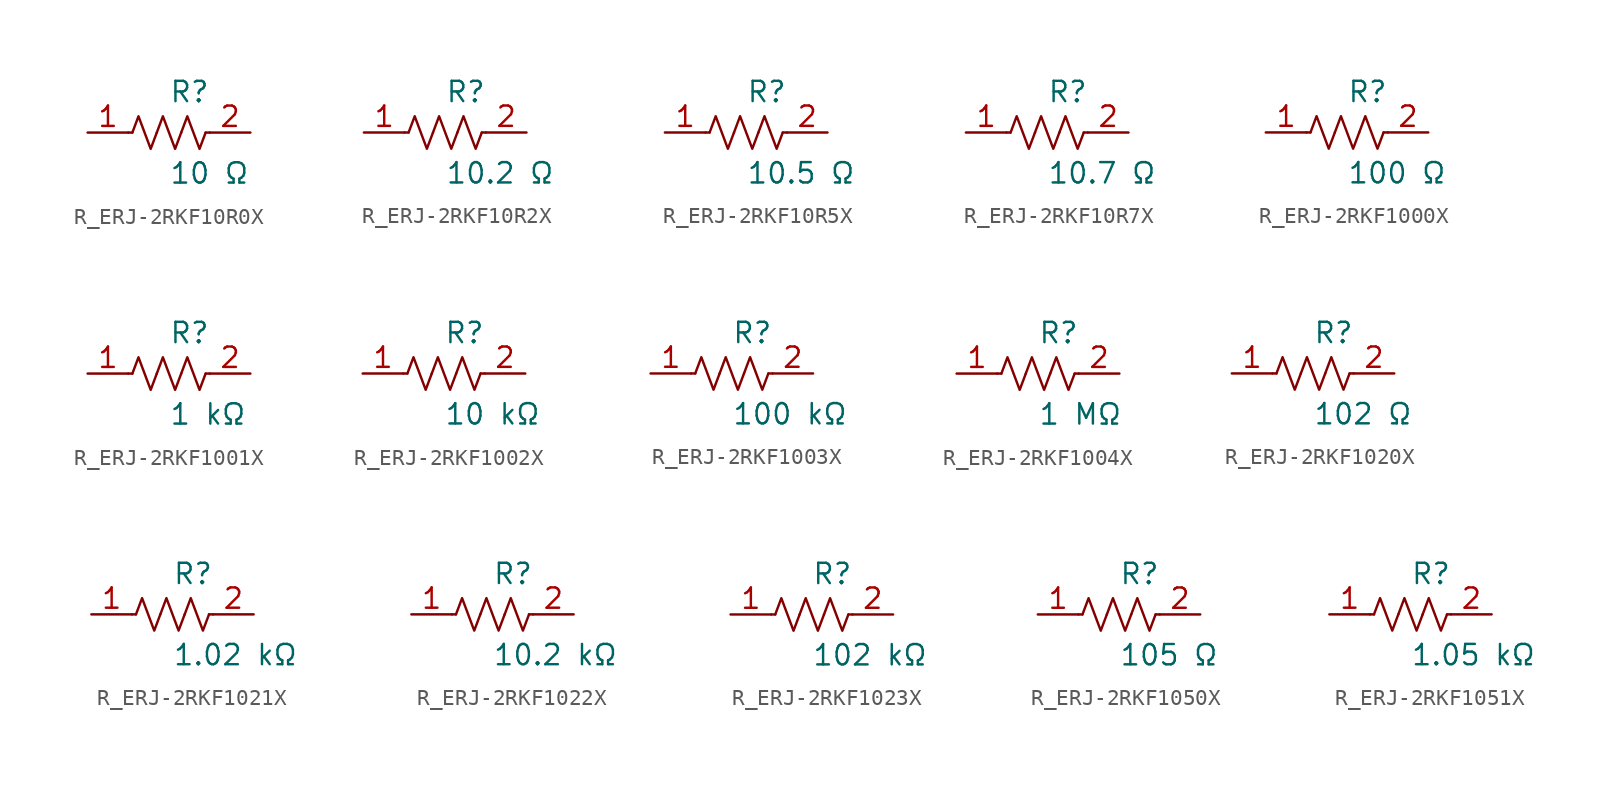
<source format=kicad_sym>
(kicad_symbol_lib
  (version 20231120)
  (generator kicad_symbol_editor)
  (generator_version 8.0)
  (symbol "R_ERJ-2RKF10R0X"
    (pin_names
      (offset 0.254))
    (property "Reference" "R"
      (at 0 2.54 0)
      (effects (font (size 1.27 1.27)) (justify left)))
    (property "Value" "10 Ω"
      (at 0 -2.54 0)
      (effects (font (size 1.27 1.27)) (justify left)))
    (symbol "R_ERJ-2RKF10R0X_0_1"
      (polyline (pts (xy 2.286 0) (xy 2.54 0)) (stroke (width 0) (type default)) (fill (type none)))
      (polyline (pts (xy -2.286 0) (xy -2.54 0)) (stroke (width 0) (type default)) (fill (type none)))
      (polyline (pts (xy 0.762 0) (xy 1.143 1.016) (xy 1.524 0) (xy 1.905 -1.016) (xy 2.286 0)) (stroke (width 0) (type default)) (fill (type none)))
      (polyline (pts (xy -0.762 0) (xy -0.381 1.016) (xy 0 0) (xy 0.381 -1.016) (xy 0.762 0)) (stroke (width 0) (type default)) (fill (type none)))
      (polyline (pts (xy -2.286 0) (xy -1.905 1.016) (xy -1.524 0) (xy -1.143 -1.016) (xy -0.762 0)) (stroke (width 0) (type default)) (fill (type none))))
    (pin passive line
      (at -5.08 0 0)
      (length 2.54)
      (name "" (effects (font (size 1.27 1.27))))
      (number "1" (effects (font (size 1.27 1.27)))))
    (pin passive line
      (at 5.08 0 180)
      (length 2.54)
      (name "" (effects (font (size 1.27 1.27))))
      (number "2" (effects (font (size 1.27 1.27))))))
  (symbol "R_ERJ-2RKF10R2X"
    (pin_names
      (offset 0.254))
    (property "Reference" "R"
      (at 0 2.54 0)
      (effects (font (size 1.27 1.27)) (justify left)))
    (property "Value" "10.2 Ω"
      (at 0 -2.54 0)
      (effects (font (size 1.27 1.27)) (justify left)))
    (symbol "R_ERJ-2RKF10R2X_0_1"
      (polyline (pts (xy 2.286 0) (xy 2.54 0)) (stroke (width 0) (type default)) (fill (type none)))
      (polyline (pts (xy -2.286 0) (xy -2.54 0)) (stroke (width 0) (type default)) (fill (type none)))
      (polyline (pts (xy 0.762 0) (xy 1.143 1.016) (xy 1.524 0) (xy 1.905 -1.016) (xy 2.286 0)) (stroke (width 0) (type default)) (fill (type none)))
      (polyline (pts (xy -0.762 0) (xy -0.381 1.016) (xy 0 0) (xy 0.381 -1.016) (xy 0.762 0)) (stroke (width 0) (type default)) (fill (type none)))
      (polyline (pts (xy -2.286 0) (xy -1.905 1.016) (xy -1.524 0) (xy -1.143 -1.016) (xy -0.762 0)) (stroke (width 0) (type default)) (fill (type none))))
    (pin passive line
      (at -5.08 0 0)
      (length 2.54)
      (name "" (effects (font (size 1.27 1.27))))
      (number "1" (effects (font (size 1.27 1.27)))))
    (pin passive line
      (at 5.08 0 180)
      (length 2.54)
      (name "" (effects (font (size 1.27 1.27))))
      (number "2" (effects (font (size 1.27 1.27))))))
  (symbol "R_ERJ-2RKF10R5X"
    (pin_names
      (offset 0.254))
    (property "Reference" "R"
      (at 0 2.54 0)
      (effects (font (size 1.27 1.27)) (justify left)))
    (property "Value" "10.5 Ω"
      (at 0 -2.54 0)
      (effects (font (size 1.27 1.27)) (justify left)))
    (symbol "R_ERJ-2RKF10R5X_0_1"
      (polyline (pts (xy 2.286 0) (xy 2.54 0)) (stroke (width 0) (type default)) (fill (type none)))
      (polyline (pts (xy -2.286 0) (xy -2.54 0)) (stroke (width 0) (type default)) (fill (type none)))
      (polyline (pts (xy 0.762 0) (xy 1.143 1.016) (xy 1.524 0) (xy 1.905 -1.016) (xy 2.286 0)) (stroke (width 0) (type default)) (fill (type none)))
      (polyline (pts (xy -0.762 0) (xy -0.381 1.016) (xy 0 0) (xy 0.381 -1.016) (xy 0.762 0)) (stroke (width 0) (type default)) (fill (type none)))
      (polyline (pts (xy -2.286 0) (xy -1.905 1.016) (xy -1.524 0) (xy -1.143 -1.016) (xy -0.762 0)) (stroke (width 0) (type default)) (fill (type none))))
    (pin passive line
      (at -5.08 0 0)
      (length 2.54)
      (name "" (effects (font (size 1.27 1.27))))
      (number "1" (effects (font (size 1.27 1.27)))))
    (pin passive line
      (at 5.08 0 180)
      (length 2.54)
      (name "" (effects (font (size 1.27 1.27))))
      (number "2" (effects (font (size 1.27 1.27))))))
  (symbol "R_ERJ-2RKF10R7X"
    (pin_names
      (offset 0.254))
    (property "Reference" "R"
      (at 0 2.54 0)
      (effects (font (size 1.27 1.27)) (justify left)))
    (property "Value" "10.7 Ω"
      (at 0 -2.54 0)
      (effects (font (size 1.27 1.27)) (justify left)))
    (symbol "R_ERJ-2RKF10R7X_0_1"
      (polyline (pts (xy 2.286 0) (xy 2.54 0)) (stroke (width 0) (type default)) (fill (type none)))
      (polyline (pts (xy -2.286 0) (xy -2.54 0)) (stroke (width 0) (type default)) (fill (type none)))
      (polyline (pts (xy 0.762 0) (xy 1.143 1.016) (xy 1.524 0) (xy 1.905 -1.016) (xy 2.286 0)) (stroke (width 0) (type default)) (fill (type none)))
      (polyline (pts (xy -0.762 0) (xy -0.381 1.016) (xy 0 0) (xy 0.381 -1.016) (xy 0.762 0)) (stroke (width 0) (type default)) (fill (type none)))
      (polyline (pts (xy -2.286 0) (xy -1.905 1.016) (xy -1.524 0) (xy -1.143 -1.016) (xy -0.762 0)) (stroke (width 0) (type default)) (fill (type none))))
    (pin passive line
      (at -5.08 0 0)
      (length 2.54)
      (name "" (effects (font (size 1.27 1.27))))
      (number "1" (effects (font (size 1.27 1.27)))))
    (pin passive line
      (at 5.08 0 180)
      (length 2.54)
      (name "" (effects (font (size 1.27 1.27))))
      (number "2" (effects (font (size 1.27 1.27))))))
  (symbol "R_ERJ-2RKF1000X"
    (pin_names
      (offset 0.254))
    (property "Reference" "R"
      (at 0 2.54 0)
      (effects (font (size 1.27 1.27)) (justify left)))
    (property "Value" "100 Ω"
      (at 0 -2.54 0)
      (effects (font (size 1.27 1.27)) (justify left)))
    (symbol "R_ERJ-2RKF1000X_0_1"
      (polyline (pts (xy 2.286 0) (xy 2.54 0)) (stroke (width 0) (type default)) (fill (type none)))
      (polyline (pts (xy -2.286 0) (xy -2.54 0)) (stroke (width 0) (type default)) (fill (type none)))
      (polyline (pts (xy 0.762 0) (xy 1.143 1.016) (xy 1.524 0) (xy 1.905 -1.016) (xy 2.286 0)) (stroke (width 0) (type default)) (fill (type none)))
      (polyline (pts (xy -0.762 0) (xy -0.381 1.016) (xy 0 0) (xy 0.381 -1.016) (xy 0.762 0)) (stroke (width 0) (type default)) (fill (type none)))
      (polyline (pts (xy -2.286 0) (xy -1.905 1.016) (xy -1.524 0) (xy -1.143 -1.016) (xy -0.762 0)) (stroke (width 0) (type default)) (fill (type none))))
    (pin passive line
      (at -5.08 0 0)
      (length 2.54)
      (name "" (effects (font (size 1.27 1.27))))
      (number "1" (effects (font (size 1.27 1.27)))))
    (pin passive line
      (at 5.08 0 180)
      (length 2.54)
      (name "" (effects (font (size 1.27 1.27))))
      (number "2" (effects (font (size 1.27 1.27))))))
  (symbol "R_ERJ-2RKF1001X"
    (pin_names
      (offset 0.254))
    (property "Reference" "R"
      (at 0 2.54 0)
      (effects (font (size 1.27 1.27)) (justify left)))
    (property "Value" "1 kΩ"
      (at 0 -2.54 0)
      (effects (font (size 1.27 1.27)) (justify left)))
    (symbol "R_ERJ-2RKF1001X_0_1"
      (polyline (pts (xy 2.286 0) (xy 2.54 0)) (stroke (width 0) (type default)) (fill (type none)))
      (polyline (pts (xy -2.286 0) (xy -2.54 0)) (stroke (width 0) (type default)) (fill (type none)))
      (polyline (pts (xy 0.762 0) (xy 1.143 1.016) (xy 1.524 0) (xy 1.905 -1.016) (xy 2.286 0)) (stroke (width 0) (type default)) (fill (type none)))
      (polyline (pts (xy -0.762 0) (xy -0.381 1.016) (xy 0 0) (xy 0.381 -1.016) (xy 0.762 0)) (stroke (width 0) (type default)) (fill (type none)))
      (polyline (pts (xy -2.286 0) (xy -1.905 1.016) (xy -1.524 0) (xy -1.143 -1.016) (xy -0.762 0)) (stroke (width 0) (type default)) (fill (type none))))
    (pin passive line
      (at -5.08 0 0)
      (length 2.54)
      (name "" (effects (font (size 1.27 1.27))))
      (number "1" (effects (font (size 1.27 1.27)))))
    (pin passive line
      (at 5.08 0 180)
      (length 2.54)
      (name "" (effects (font (size 1.27 1.27))))
      (number "2" (effects (font (size 1.27 1.27))))))
  (symbol "R_ERJ-2RKF1002X"
    (pin_names
      (offset 0.254))
    (property "Reference" "R"
      (at 0 2.54 0)
      (effects (font (size 1.27 1.27)) (justify left)))
    (property "Value" "10 kΩ"
      (at 0 -2.54 0)
      (effects (font (size 1.27 1.27)) (justify left)))
    (symbol "R_ERJ-2RKF1002X_0_1"
      (polyline (pts (xy 2.286 0) (xy 2.54 0)) (stroke (width 0) (type default)) (fill (type none)))
      (polyline (pts (xy -2.286 0) (xy -2.54 0)) (stroke (width 0) (type default)) (fill (type none)))
      (polyline (pts (xy 0.762 0) (xy 1.143 1.016) (xy 1.524 0) (xy 1.905 -1.016) (xy 2.286 0)) (stroke (width 0) (type default)) (fill (type none)))
      (polyline (pts (xy -0.762 0) (xy -0.381 1.016) (xy 0 0) (xy 0.381 -1.016) (xy 0.762 0)) (stroke (width 0) (type default)) (fill (type none)))
      (polyline (pts (xy -2.286 0) (xy -1.905 1.016) (xy -1.524 0) (xy -1.143 -1.016) (xy -0.762 0)) (stroke (width 0) (type default)) (fill (type none))))
    (pin passive line
      (at -5.08 0 0)
      (length 2.54)
      (name "" (effects (font (size 1.27 1.27))))
      (number "1" (effects (font (size 1.27 1.27)))))
    (pin passive line
      (at 5.08 0 180)
      (length 2.54)
      (name "" (effects (font (size 1.27 1.27))))
      (number "2" (effects (font (size 1.27 1.27))))))
  (symbol "R_ERJ-2RKF1003X"
    (pin_names
      (offset 0.254))
    (property "Reference" "R"
      (at 0 2.54 0)
      (effects (font (size 1.27 1.27)) (justify left)))
    (property "Value" "100 kΩ"
      (at 0 -2.54 0)
      (effects (font (size 1.27 1.27)) (justify left)))
    (symbol "R_ERJ-2RKF1003X_0_1"
      (polyline (pts (xy 2.286 0) (xy 2.54 0)) (stroke (width 0) (type default)) (fill (type none)))
      (polyline (pts (xy -2.286 0) (xy -2.54 0)) (stroke (width 0) (type default)) (fill (type none)))
      (polyline (pts (xy 0.762 0) (xy 1.143 1.016) (xy 1.524 0) (xy 1.905 -1.016) (xy 2.286 0)) (stroke (width 0) (type default)) (fill (type none)))
      (polyline (pts (xy -0.762 0) (xy -0.381 1.016) (xy 0 0) (xy 0.381 -1.016) (xy 0.762 0)) (stroke (width 0) (type default)) (fill (type none)))
      (polyline (pts (xy -2.286 0) (xy -1.905 1.016) (xy -1.524 0) (xy -1.143 -1.016) (xy -0.762 0)) (stroke (width 0) (type default)) (fill (type none))))
    (pin passive line
      (at -5.08 0 0)
      (length 2.54)
      (name "" (effects (font (size 1.27 1.27))))
      (number "1" (effects (font (size 1.27 1.27)))))
    (pin passive line
      (at 5.08 0 180)
      (length 2.54)
      (name "" (effects (font (size 1.27 1.27))))
      (number "2" (effects (font (size 1.27 1.27))))))
  (symbol "R_ERJ-2RKF1004X"
    (pin_names
      (offset 0.254))
    (property "Reference" "R"
      (at 0 2.54 0)
      (effects (font (size 1.27 1.27)) (justify left)))
    (property "Value" "1 MΩ"
      (at 0 -2.54 0)
      (effects (font (size 1.27 1.27)) (justify left)))
    (symbol "R_ERJ-2RKF1004X_0_1"
      (polyline (pts (xy 2.286 0) (xy 2.54 0)) (stroke (width 0) (type default)) (fill (type none)))
      (polyline (pts (xy -2.286 0) (xy -2.54 0)) (stroke (width 0) (type default)) (fill (type none)))
      (polyline (pts (xy 0.762 0) (xy 1.143 1.016) (xy 1.524 0) (xy 1.905 -1.016) (xy 2.286 0)) (stroke (width 0) (type default)) (fill (type none)))
      (polyline (pts (xy -0.762 0) (xy -0.381 1.016) (xy 0 0) (xy 0.381 -1.016) (xy 0.762 0)) (stroke (width 0) (type default)) (fill (type none)))
      (polyline (pts (xy -2.286 0) (xy -1.905 1.016) (xy -1.524 0) (xy -1.143 -1.016) (xy -0.762 0)) (stroke (width 0) (type default)) (fill (type none))))
    (pin passive line
      (at -5.08 0 0)
      (length 2.54)
      (name "" (effects (font (size 1.27 1.27))))
      (number "1" (effects (font (size 1.27 1.27)))))
    (pin passive line
      (at 5.08 0 180)
      (length 2.54)
      (name "" (effects (font (size 1.27 1.27))))
      (number "2" (effects (font (size 1.27 1.27))))))
  (symbol "R_ERJ-2RKF1020X"
    (pin_names
      (offset 0.254))
    (property "Reference" "R"
      (at 0 2.54 0)
      (effects (font (size 1.27 1.27)) (justify left)))
    (property "Value" "102 Ω"
      (at 0 -2.54 0)
      (effects (font (size 1.27 1.27)) (justify left)))
    (symbol "R_ERJ-2RKF1020X_0_1"
      (polyline (pts (xy 2.286 0) (xy 2.54 0)) (stroke (width 0) (type default)) (fill (type none)))
      (polyline (pts (xy -2.286 0) (xy -2.54 0)) (stroke (width 0) (type default)) (fill (type none)))
      (polyline (pts (xy 0.762 0) (xy 1.143 1.016) (xy 1.524 0) (xy 1.905 -1.016) (xy 2.286 0)) (stroke (width 0) (type default)) (fill (type none)))
      (polyline (pts (xy -0.762 0) (xy -0.381 1.016) (xy 0 0) (xy 0.381 -1.016) (xy 0.762 0)) (stroke (width 0) (type default)) (fill (type none)))
      (polyline (pts (xy -2.286 0) (xy -1.905 1.016) (xy -1.524 0) (xy -1.143 -1.016) (xy -0.762 0)) (stroke (width 0) (type default)) (fill (type none))))
    (pin passive line
      (at -5.08 0 0)
      (length 2.54)
      (name "" (effects (font (size 1.27 1.27))))
      (number "1" (effects (font (size 1.27 1.27)))))
    (pin passive line
      (at 5.08 0 180)
      (length 2.54)
      (name "" (effects (font (size 1.27 1.27))))
      (number "2" (effects (font (size 1.27 1.27))))))
  (symbol "R_ERJ-2RKF1021X"
    (pin_names
      (offset 0.254))
    (property "Reference" "R"
      (at 0 2.54 0)
      (effects (font (size 1.27 1.27)) (justify left)))
    (property "Value" "1.02 kΩ"
      (at 0 -2.54 0)
      (effects (font (size 1.27 1.27)) (justify left)))
    (symbol "R_ERJ-2RKF1021X_0_1"
      (polyline (pts (xy 2.286 0) (xy 2.54 0)) (stroke (width 0) (type default)) (fill (type none)))
      (polyline (pts (xy -2.286 0) (xy -2.54 0)) (stroke (width 0) (type default)) (fill (type none)))
      (polyline (pts (xy 0.762 0) (xy 1.143 1.016) (xy 1.524 0) (xy 1.905 -1.016) (xy 2.286 0)) (stroke (width 0) (type default)) (fill (type none)))
      (polyline (pts (xy -0.762 0) (xy -0.381 1.016) (xy 0 0) (xy 0.381 -1.016) (xy 0.762 0)) (stroke (width 0) (type default)) (fill (type none)))
      (polyline (pts (xy -2.286 0) (xy -1.905 1.016) (xy -1.524 0) (xy -1.143 -1.016) (xy -0.762 0)) (stroke (width 0) (type default)) (fill (type none))))
    (pin passive line
      (at -5.08 0 0)
      (length 2.54)
      (name "" (effects (font (size 1.27 1.27))))
      (number "1" (effects (font (size 1.27 1.27)))))
    (pin passive line
      (at 5.08 0 180)
      (length 2.54)
      (name "" (effects (font (size 1.27 1.27))))
      (number "2" (effects (font (size 1.27 1.27))))))
  (symbol "R_ERJ-2RKF1022X"
    (pin_names
      (offset 0.254))
    (property "Reference" "R"
      (at 0 2.54 0)
      (effects (font (size 1.27 1.27)) (justify left)))
    (property "Value" "10.2 kΩ"
      (at 0 -2.54 0)
      (effects (font (size 1.27 1.27)) (justify left)))
    (symbol "R_ERJ-2RKF1022X_0_1"
      (polyline (pts (xy 2.286 0) (xy 2.54 0)) (stroke (width 0) (type default)) (fill (type none)))
      (polyline (pts (xy -2.286 0) (xy -2.54 0)) (stroke (width 0) (type default)) (fill (type none)))
      (polyline (pts (xy 0.762 0) (xy 1.143 1.016) (xy 1.524 0) (xy 1.905 -1.016) (xy 2.286 0)) (stroke (width 0) (type default)) (fill (type none)))
      (polyline (pts (xy -0.762 0) (xy -0.381 1.016) (xy 0 0) (xy 0.381 -1.016) (xy 0.762 0)) (stroke (width 0) (type default)) (fill (type none)))
      (polyline (pts (xy -2.286 0) (xy -1.905 1.016) (xy -1.524 0) (xy -1.143 -1.016) (xy -0.762 0)) (stroke (width 0) (type default)) (fill (type none))))
    (pin passive line
      (at -5.08 0 0)
      (length 2.54)
      (name "" (effects (font (size 1.27 1.27))))
      (number "1" (effects (font (size 1.27 1.27)))))
    (pin passive line
      (at 5.08 0 180)
      (length 2.54)
      (name "" (effects (font (size 1.27 1.27))))
      (number "2" (effects (font (size 1.27 1.27))))))
  (symbol "R_ERJ-2RKF1023X"
    (pin_names
      (offset 0.254))
    (property "Reference" "R"
      (at 0 2.54 0)
      (effects (font (size 1.27 1.27)) (justify left)))
    (property "Value" "102 kΩ"
      (at 0 -2.54 0)
      (effects (font (size 1.27 1.27)) (justify left)))
    (symbol "R_ERJ-2RKF1023X_0_1"
      (polyline (pts (xy 2.286 0) (xy 2.54 0)) (stroke (width 0) (type default)) (fill (type none)))
      (polyline (pts (xy -2.286 0) (xy -2.54 0)) (stroke (width 0) (type default)) (fill (type none)))
      (polyline (pts (xy 0.762 0) (xy 1.143 1.016) (xy 1.524 0) (xy 1.905 -1.016) (xy 2.286 0)) (stroke (width 0) (type default)) (fill (type none)))
      (polyline (pts (xy -0.762 0) (xy -0.381 1.016) (xy 0 0) (xy 0.381 -1.016) (xy 0.762 0)) (stroke (width 0) (type default)) (fill (type none)))
      (polyline (pts (xy -2.286 0) (xy -1.905 1.016) (xy -1.524 0) (xy -1.143 -1.016) (xy -0.762 0)) (stroke (width 0) (type default)) (fill (type none))))
    (pin passive line
      (at -5.08 0 0)
      (length 2.54)
      (name "" (effects (font (size 1.27 1.27))))
      (number "1" (effects (font (size 1.27 1.27)))))
    (pin passive line
      (at 5.08 0 180)
      (length 2.54)
      (name "" (effects (font (size 1.27 1.27))))
      (number "2" (effects (font (size 1.27 1.27))))))
  (symbol "R_ERJ-2RKF1050X"
    (pin_names
      (offset 0.254))
    (property "Reference" "R"
      (at 0 2.54 0)
      (effects (font (size 1.27 1.27)) (justify left)))
    (property "Value" "105 Ω"
      (at 0 -2.54 0)
      (effects (font (size 1.27 1.27)) (justify left)))
    (symbol "R_ERJ-2RKF1050X_0_1"
      (polyline (pts (xy 2.286 0) (xy 2.54 0)) (stroke (width 0) (type default)) (fill (type none)))
      (polyline (pts (xy -2.286 0) (xy -2.54 0)) (stroke (width 0) (type default)) (fill (type none)))
      (polyline (pts (xy 0.762 0) (xy 1.143 1.016) (xy 1.524 0) (xy 1.905 -1.016) (xy 2.286 0)) (stroke (width 0) (type default)) (fill (type none)))
      (polyline (pts (xy -0.762 0) (xy -0.381 1.016) (xy 0 0) (xy 0.381 -1.016) (xy 0.762 0)) (stroke (width 0) (type default)) (fill (type none)))
      (polyline (pts (xy -2.286 0) (xy -1.905 1.016) (xy -1.524 0) (xy -1.143 -1.016) (xy -0.762 0)) (stroke (width 0) (type default)) (fill (type none))))
    (pin passive line
      (at -5.08 0 0)
      (length 2.54)
      (name "" (effects (font (size 1.27 1.27))))
      (number "1" (effects (font (size 1.27 1.27)))))
    (pin passive line
      (at 5.08 0 180)
      (length 2.54)
      (name "" (effects (font (size 1.27 1.27))))
      (number "2" (effects (font (size 1.27 1.27))))))
  (symbol "R_ERJ-2RKF1051X"
    (pin_names
      (offset 0.254))
    (property "Reference" "R"
      (at 0 2.54 0)
      (effects (font (size 1.27 1.27)) (justify left)))
    (property "Value" "1.05 kΩ"
      (at 0 -2.54 0)
      (effects (font (size 1.27 1.27)) (justify left)))
    (symbol "R_ERJ-2RKF1051X_0_1"
      (polyline (pts (xy 2.286 0) (xy 2.54 0)) (stroke (width 0) (type default)) (fill (type none)))
      (polyline (pts (xy -2.286 0) (xy -2.54 0)) (stroke (width 0) (type default)) (fill (type none)))
      (polyline (pts (xy 0.762 0) (xy 1.143 1.016) (xy 1.524 0) (xy 1.905 -1.016) (xy 2.286 0)) (stroke (width 0) (type default)) (fill (type none)))
      (polyline (pts (xy -0.762 0) (xy -0.381 1.016) (xy 0 0) (xy 0.381 -1.016) (xy 0.762 0)) (stroke (width 0) (type default)) (fill (type none)))
      (polyline (pts (xy -2.286 0) (xy -1.905 1.016) (xy -1.524 0) (xy -1.143 -1.016) (xy -0.762 0)) (stroke (width 0) (type default)) (fill (type none))))
    (pin passive line
      (at -5.08 0 0)
      (length 2.54)
      (name "" (effects (font (size 1.27 1.27))))
      (number "1" (effects (font (size 1.27 1.27)))))
    (pin passive line
      (at 5.08 0 180)
      (length 2.54)
      (name "" (effects (font (size 1.27 1.27))))
      (number "2" (effects (font (size 1.27 1.27)))))))
</source>
